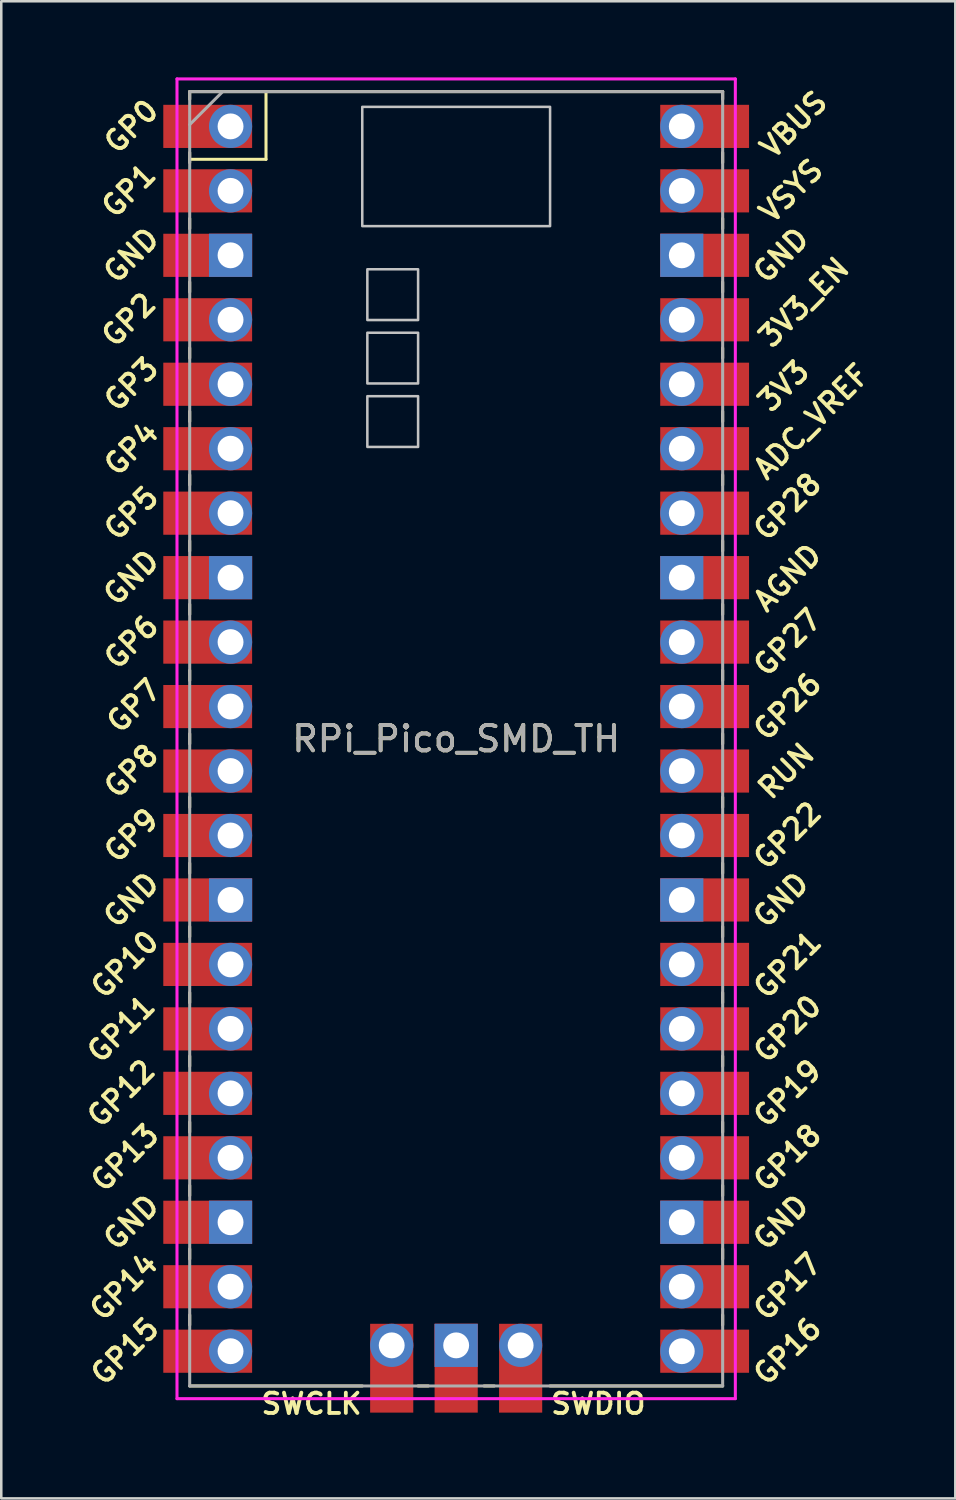
<source format=kicad_pcb>
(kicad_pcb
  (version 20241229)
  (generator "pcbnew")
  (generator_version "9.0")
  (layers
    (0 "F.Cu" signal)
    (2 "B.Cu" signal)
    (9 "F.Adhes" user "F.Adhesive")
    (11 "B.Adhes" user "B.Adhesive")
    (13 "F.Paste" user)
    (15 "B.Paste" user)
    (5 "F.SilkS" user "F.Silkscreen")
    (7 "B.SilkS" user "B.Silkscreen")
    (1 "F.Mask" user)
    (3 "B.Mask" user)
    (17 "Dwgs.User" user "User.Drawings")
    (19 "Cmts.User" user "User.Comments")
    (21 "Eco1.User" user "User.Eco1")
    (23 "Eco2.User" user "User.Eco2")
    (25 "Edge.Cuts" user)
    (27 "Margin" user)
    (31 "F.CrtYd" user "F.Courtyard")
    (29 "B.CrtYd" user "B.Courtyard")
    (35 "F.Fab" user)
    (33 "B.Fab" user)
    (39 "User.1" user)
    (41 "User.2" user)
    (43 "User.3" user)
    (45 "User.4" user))
  (footprint "RPi_Pico_SMD_TH"
    (layer "F.Cu")
    (at 14.924 26.06)
    (property "Reference" "RPi_Pico_SMD_TH" (at 0 0 0) (layer "F.SilkS") (effects (font (size 1 1) (thickness 0.15))))
    (attr through_hole)
    (fp_line (start -10.5 -25.5) (end -10.5 -25.2) (stroke (width 0.12) (type solid)) (layer "F.SilkS"))
    (fp_line (start -10.5 -25.5) (end 10.5 -25.5) (stroke (width 0.12) (type solid)) (layer "F.SilkS"))
    (fp_line (start -10.5 -23.1) (end -10.5 -22.7) (stroke (width 0.12) (type solid)) (layer "F.SilkS"))
    (fp_line (start -10.5 -22.833) (end -7.493 -22.833) (stroke (width 0.12) (type solid)) (layer "F.SilkS"))
    (fp_line (start -10.5 -20.5) (end -10.5 -20.1) (stroke (width 0.12) (type solid)) (layer "F.SilkS"))
    (fp_line (start -10.5 -18) (end -10.5 -17.6) (stroke (width 0.12) (type solid)) (layer "F.SilkS"))
    (fp_line (start -10.5 -15.4) (end -10.5 -15) (stroke (width 0.12) (type solid)) (layer "F.SilkS"))
    (fp_line (start -10.5 -12.9) (end -10.5 -12.5) (stroke (width 0.12) (type solid)) (layer "F.SilkS"))
    (fp_line (start -10.5 -10.4) (end -10.5 -10) (stroke (width 0.12) (type solid)) (layer "F.SilkS"))
    (fp_line (start -10.5 -7.8) (end -10.5 -7.4) (stroke (width 0.12) (type solid)) (layer "F.SilkS"))
    (fp_line (start -10.5 -5.3) (end -10.5 -4.9) (stroke (width 0.12) (type solid)) (layer "F.SilkS"))
    (fp_line (start -10.5 -2.7) (end -10.5 -2.3) (stroke (width 0.12) (type solid)) (layer "F.SilkS"))
    (fp_line (start -10.5 -0.2) (end -10.5 0.2) (stroke (width 0.12) (type solid)) (layer "F.SilkS"))
    (fp_line (start -10.5 2.3) (end -10.5 2.7) (stroke (width 0.12) (type solid)) (layer "F.SilkS"))
    (fp_line (start -10.5 4.9) (end -10.5 5.3) (stroke (width 0.12) (type solid)) (layer "F.SilkS"))
    (fp_line (start -10.5 7.4) (end -10.5 7.8) (stroke (width 0.12) (type solid)) (layer "F.SilkS"))
    (fp_line (start -10.5 10) (end -10.5 10.4) (stroke (width 0.12) (type solid)) (layer "F.SilkS"))
    (fp_line (start -10.5 12.5) (end -10.5 12.9) (stroke (width 0.12) (type solid)) (layer "F.SilkS"))
    (fp_line (start -10.5 15.1) (end -10.5 15.5) (stroke (width 0.12) (type solid)) (layer "F.SilkS"))
    (fp_line (start -10.5 17.6) (end -10.5 18) (stroke (width 0.12) (type solid)) (layer "F.SilkS"))
    (fp_line (start -10.5 20.1) (end -10.5 20.5) (stroke (width 0.12) (type solid)) (layer "F.SilkS"))
    (fp_line (start -10.5 22.7) (end -10.5 23.1) (stroke (width 0.12) (type solid)) (layer "F.SilkS"))
    (fp_line (start -7.493 -22.833) (end -7.493 -25.5) (stroke (width 0.12) (type solid)) (layer "F.SilkS"))
    (fp_line (start -3.7 25.5) (end -10.5 25.5) (stroke (width 0.12) (type solid)) (layer "F.SilkS"))
    (fp_line (start -1.5 25.5) (end -1.1 25.5) (stroke (width 0.12) (type solid)) (layer "F.SilkS"))
    (fp_line (start 1.1 25.5) (end 1.5 25.5) (stroke (width 0.12) (type solid)) (layer "F.SilkS"))
    (fp_line (start 10.5 -25.5) (end 10.5 -25.2) (stroke (width 0.12) (type solid)) (layer "F.SilkS"))
    (fp_line (start 10.5 -23.1) (end 10.5 -22.7) (stroke (width 0.12) (type solid)) (layer "F.SilkS"))
    (fp_line (start 10.5 -20.5) (end 10.5 -20.1) (stroke (width 0.12) (type solid)) (layer "F.SilkS"))
    (fp_line (start 10.5 -18) (end 10.5 -17.6) (stroke (width 0.12) (type solid)) (layer "F.SilkS"))
    (fp_line (start 10.5 -15.4) (end 10.5 -15) (stroke (width 0.12) (type solid)) (layer "F.SilkS"))
    (fp_line (start 10.5 -12.9) (end 10.5 -12.5) (stroke (width 0.12) (type solid)) (layer "F.SilkS"))
    (fp_line (start 10.5 -10.4) (end 10.5 -10) (stroke (width 0.12) (type solid)) (layer "F.SilkS"))
    (fp_line (start 10.5 -7.8) (end 10.5 -7.4) (stroke (width 0.12) (type solid)) (layer "F.SilkS"))
    (fp_line (start 10.5 -5.3) (end 10.5 -4.9) (stroke (width 0.12) (type solid)) (layer "F.SilkS"))
    (fp_line (start 10.5 -2.7) (end 10.5 -2.3) (stroke (width 0.12) (type solid)) (layer "F.SilkS"))
    (fp_line (start 10.5 -0.2) (end 10.5 0.2) (stroke (width 0.12) (type solid)) (layer "F.SilkS"))
    (fp_line (start 10.5 2.3) (end 10.5 2.7) (stroke (width 0.12) (type solid)) (layer "F.SilkS"))
    (fp_line (start 10.5 4.9) (end 10.5 5.3) (stroke (width 0.12) (type solid)) (layer "F.SilkS"))
    (fp_line (start 10.5 7.4) (end 10.5 7.8) (stroke (width 0.12) (type solid)) (layer "F.SilkS"))
    (fp_line (start 10.5 10) (end 10.5 10.4) (stroke (width 0.12) (type solid)) (layer "F.SilkS"))
    (fp_line (start 10.5 12.5) (end 10.5 12.9) (stroke (width 0.12) (type solid)) (layer "F.SilkS"))
    (fp_line (start 10.5 15.1) (end 10.5 15.5) (stroke (width 0.12) (type solid)) (layer "F.SilkS"))
    (fp_line (start 10.5 17.6) (end 10.5 18) (stroke (width 0.12) (type solid)) (layer "F.SilkS"))
    (fp_line (start 10.5 20.1) (end 10.5 20.5) (stroke (width 0.12) (type solid)) (layer "F.SilkS"))
    (fp_line (start 10.5 22.7) (end 10.5 23.1) (stroke (width 0.12) (type solid)) (layer "F.SilkS"))
    (fp_line (start 10.5 25.5) (end 3.7 25.5) (stroke (width 0.12) (type solid)) (layer "F.SilkS"))
    (fp_poly (pts (xy -1.5 -16.5) (xy -3.5 -16.5) (xy -3.5 -18.5) (xy -1.5 -18.5)) (stroke (width 0.1) (type solid)) (fill no) (layer "Dwgs.User"))
    (fp_poly (pts (xy -1.5 -14) (xy -3.5 -14) (xy -3.5 -16) (xy -1.5 -16)) (stroke (width 0.1) (type solid)) (fill no) (layer "Dwgs.User"))
    (fp_poly (pts (xy -1.5 -11.5) (xy -3.5 -11.5) (xy -3.5 -13.5) (xy -1.5 -13.5)) (stroke (width 0.1) (type solid)) (fill no) (layer "Dwgs.User"))
    (fp_poly (pts (xy 3.7 -20.2) (xy -3.7 -20.2) (xy -3.7 -24.9) (xy 3.7 -24.9)) (stroke (width 0.1) (type solid)) (fill no) (layer "Dwgs.User"))
    (fp_line (start -11 -26) (end 11 -26) (stroke (width 0.12) (type solid)) (layer "F.CrtYd"))
    (fp_line (start -11 26) (end -11 -26) (stroke (width 0.12) (type solid)) (layer "F.CrtYd"))
    (fp_line (start 11 -26) (end 11 26) (stroke (width 0.12) (type solid)) (layer "F.CrtYd"))
    (fp_line (start 11 26) (end -11 26) (stroke (width 0.12) (type solid)) (layer "F.CrtYd"))
    (fp_line (start -10.5 -25.5) (end 10.5 -25.5) (stroke (width 0.12) (type solid)) (layer "F.Fab"))
    (fp_line (start -10.5 -24.2) (end -9.2 -25.5) (stroke (width 0.12) (type solid)) (layer "F.Fab"))
    (fp_line (start -10.5 25.5) (end -10.5 -25.5) (stroke (width 0.12) (type solid)) (layer "F.Fab"))
    (fp_line (start 10.5 -25.5) (end 10.5 25.5) (stroke (width 0.12) (type solid)) (layer "F.Fab"))
    (fp_line (start 10.5 25.5) (end -10.5 25.5) (stroke (width 0.12) (type solid)) (layer "F.Fab"))
    (fp_text user "ADC_VREF" (at 14 -12.5 45) (layer "F.SilkS") (effects (font (size 0.8 0.8) (thickness 0.15))))
    (fp_text user "SWDIO" (at 5.6 26.2 0) (layer "F.SilkS") (effects (font (size 0.8 0.8) (thickness 0.15))))
    (fp_text user "GP11" (at -13.2 11.43 45) (layer "F.SilkS") (effects (font (size 0.8 0.8) (thickness 0.15))))
    (fp_text user "GND" (at 12.8 19.05 45) (layer "F.SilkS") (effects (font (size 0.8 0.8) (thickness 0.15))))
    (fp_text user "GP9" (at -12.8 3.81 45) (layer "F.SilkS") (effects (font (size 0.8 0.8) (thickness 0.15))))
    (fp_text user "GP0" (at -12.8 -24.13 45) (layer "F.SilkS") (effects (font (size 0.8 0.8) (thickness 0.15))))
    (fp_text user "GND" (at -12.8 -6.35 45) (layer "F.SilkS") (effects (font (size 0.8 0.8) (thickness 0.15))))
    (fp_text user "GND" (at -12.8 19.05 45) (layer "F.SilkS") (effects (font (size 0.8 0.8) (thickness 0.15))))
    (fp_text user "GP17" (at 13.054 21.59 45) (layer "F.SilkS") (effects (font (size 0.8 0.8) (thickness 0.15))))
    (fp_text user "GND" (at 12.8 6.35 45) (layer "F.SilkS") (effects (font (size 0.8 0.8) (thickness 0.15))))
    (fp_text user "GP16" (at 13.054 24.13 45) (layer "F.SilkS") (effects (font (size 0.8 0.8) (thickness 0.15))))
    (fp_text user "GP12" (at -13.2 13.97 45) (layer "F.SilkS") (effects (font (size 0.8 0.8) (thickness 0.15))))
    (fp_text user "GP4" (at -12.8 -11.43 45) (layer "F.SilkS") (effects (font (size 0.8 0.8) (thickness 0.15))))
    (fp_text user "GND" (at 12.8 -19.05 45) (layer "F.SilkS") (effects (font (size 0.8 0.8) (thickness 0.15))))
    (fp_text user "GP2" (at -12.9 -16.51 45) (layer "F.SilkS") (effects (font (size 0.8 0.8) (thickness 0.15))))
    (fp_text user "GP13" (at -13.054 16.51 45) (layer "F.SilkS") (effects (font (size 0.8 0.8) (thickness 0.15))))
    (fp_text user "VSYS" (at 13.2 -21.59 45) (layer "F.SilkS") (effects (font (size 0.8 0.8) (thickness 0.15))))
    (fp_text user "GP21" (at 13.054 8.9 45) (layer "F.SilkS") (effects (font (size 0.8 0.8) (thickness 0.15))))
    (fp_text user "3V3_EN" (at 13.7 -17.2 45) (layer "F.SilkS") (effects (font (size 0.8 0.8) (thickness 0.15))))
    (fp_text user "SWCLK" (at -5.7 26.2 0) (layer "F.SilkS") (effects (font (size 0.8 0.8) (thickness 0.15))))
    (fp_text user "GP5" (at -12.8 -8.89 45) (layer "F.SilkS") (effects (font (size 0.8 0.8) (thickness 0.15))))
    (fp_text user "GP3" (at -12.8 -13.97 45) (layer "F.SilkS") (effects (font (size 0.8 0.8) (thickness 0.15))))
    (fp_text user "GND" (at -12.8 -19.05 45) (layer "F.SilkS") (effects (font (size 0.8 0.8) (thickness 0.15))))
    (fp_text user "GP1" (at -12.9 -21.6 45) (layer "F.SilkS") (effects (font (size 0.8 0.8) (thickness 0.15))))
    (fp_text user "GND" (at -12.8 6.35 45) (layer "F.SilkS") (effects (font (size 0.8 0.8) (thickness 0.15))))
    (fp_text user "RUN" (at 13 1.27 45) (layer "F.SilkS") (effects (font (size 0.8 0.8) (thickness 0.15))))
    (fp_text user "GP14" (at -13.1 21.59 45) (layer "F.SilkS") (effects (font (size 0.8 0.8) (thickness 0.15))))
    (fp_text user "GP20" (at 13.054 11.43 45) (layer "F.SilkS") (effects (font (size 0.8 0.8) (thickness 0.15))))
    (fp_text user "GP19" (at 13.054 13.97 45) (layer "F.SilkS") (effects (font (size 0.8 0.8) (thickness 0.15))))
    (fp_text user "GP6" (at -12.8 -3.81 45) (layer "F.SilkS") (effects (font (size 0.8 0.8) (thickness 0.15))))
    (fp_text user "VBUS" (at 13.3 -24.2 45) (layer "F.SilkS") (effects (font (size 0.8 0.8) (thickness 0.15))))
    (fp_text user "3V3" (at 12.9 -13.9 45) (layer "F.SilkS") (effects (font (size 0.8 0.8) (thickness 0.15))))
    (fp_text user "GP22" (at 13.054 3.81 45) (layer "F.SilkS") (effects (font (size 0.8 0.8) (thickness 0.15))))
    (fp_text user "GP7" (at -12.7 -1.3 45) (layer "F.SilkS") (effects (font (size 0.8 0.8) (thickness 0.15))))
    (fp_text user "GP27" (at 13.054 -3.8 45) (layer "F.SilkS") (effects (font (size 0.8 0.8) (thickness 0.15))))
    (fp_text user "GP18" (at 13.054 16.51 45) (layer "F.SilkS") (effects (font (size 0.8 0.8) (thickness 0.15))))
    (fp_text user "AGND" (at 13.054 -6.35 45) (layer "F.SilkS") (effects (font (size 0.8 0.8) (thickness 0.15))))
    (fp_text user "GP15" (at -13.054 24.13 45) (layer "F.SilkS") (effects (font (size 0.8 0.8) (thickness 0.15))))
    (fp_text user "GP26" (at 13.054 -1.27 45) (layer "F.SilkS") (effects (font (size 0.8 0.8) (thickness 0.15))))
    (fp_text user "GP8" (at -12.8 1.27 45) (layer "F.SilkS") (effects (font (size 0.8 0.8) (thickness 0.15))))
    (fp_text user "GP10" (at -13.054 8.89 45) (layer "F.SilkS") (effects (font (size 0.8 0.8) (thickness 0.15))))
    (fp_text user "GP28" (at 13.054 -9.144 45) (layer "F.SilkS") (effects (font (size 0.8 0.8) (thickness 0.15))))
    (fp_text user "${REFERENCE}" (at 0 0 180) (layer "F.Fab") (effects (font (size 1 1) (thickness 0.15))))
    (pad "1" thru_hole oval (at -8.89 -24.13) (size 1.7 1.7) (drill 1.02) (layers "*.Cu" "*.Mask"))
    (pad "1" smd rect (at -8.89 -24.13) (size 3.5 1.7) (drill (offset -0.9 0)) (layers "F.Cu" "F.Mask"))
    (pad "2" thru_hole oval (at -8.89 -21.59) (size 1.7 1.7) (drill 1.02) (layers "*.Cu" "*.Mask"))
    (pad "2" smd rect (at -8.89 -21.59) (size 3.5 1.7) (drill (offset -0.9 0)) (layers "F.Cu" "F.Mask"))
    (pad "3" thru_hole rect (at -8.89 -19.05) (size 1.7 1.7) (drill 1.02) (layers "*.Cu" "*.Mask"))
    (pad "3" smd rect (at -8.89 -19.05) (size 3.5 1.7) (drill (offset -0.9 0)) (layers "F.Cu" "F.Mask"))
    (pad "4" thru_hole oval (at -8.89 -16.51) (size 1.7 1.7) (drill 1.02) (layers "*.Cu" "*.Mask"))
    (pad "4" smd rect (at -8.89 -16.51) (size 3.5 1.7) (drill (offset -0.9 0)) (layers "F.Cu" "F.Mask"))
    (pad "5" thru_hole oval (at -8.89 -13.97) (size 1.7 1.7) (drill 1.02) (layers "*.Cu" "*.Mask"))
    (pad "5" smd rect (at -8.89 -13.97) (size 3.5 1.7) (drill (offset -0.9 0)) (layers "F.Cu" "F.Mask"))
    (pad "6" thru_hole oval (at -8.89 -11.43) (size 1.7 1.7) (drill 1.02) (layers "*.Cu" "*.Mask"))
    (pad "6" smd rect (at -8.89 -11.43) (size 3.5 1.7) (drill (offset -0.9 0)) (layers "F.Cu" "F.Mask"))
    (pad "7" thru_hole oval (at -8.89 -8.89) (size 1.7 1.7) (drill 1.02) (layers "*.Cu" "*.Mask"))
    (pad "7" smd rect (at -8.89 -8.89) (size 3.5 1.7) (drill (offset -0.9 0)) (layers "F.Cu" "F.Mask"))
    (pad "8" thru_hole rect (at -8.89 -6.35) (size 1.7 1.7) (drill 1.02) (layers "*.Cu" "*.Mask"))
    (pad "8" smd rect (at -8.89 -6.35) (size 3.5 1.7) (drill (offset -0.9 0)) (layers "F.Cu" "F.Mask"))
    (pad "9" thru_hole oval (at -8.89 -3.81) (size 1.7 1.7) (drill 1.02) (layers "*.Cu" "*.Mask"))
    (pad "9" smd rect (at -8.89 -3.81) (size 3.5 1.7) (drill (offset -0.9 0)) (layers "F.Cu" "F.Mask"))
    (pad "10" thru_hole oval (at -8.89 -1.27) (size 1.7 1.7) (drill 1.02) (layers "*.Cu" "*.Mask"))
    (pad "10" smd rect (at -8.89 -1.27) (size 3.5 1.7) (drill (offset -0.9 0)) (layers "F.Cu" "F.Mask"))
    (pad "11" thru_hole oval (at -8.89 1.27) (size 1.7 1.7) (drill 1.02) (layers "*.Cu" "*.Mask"))
    (pad "11" smd rect (at -8.89 1.27) (size 3.5 1.7) (drill (offset -0.9 0)) (layers "F.Cu" "F.Mask"))
    (pad "12" thru_hole oval (at -8.89 3.81) (size 1.7 1.7) (drill 1.02) (layers "*.Cu" "*.Mask"))
    (pad "12" smd rect (at -8.89 3.81) (size 3.5 1.7) (drill (offset -0.9 0)) (layers "F.Cu" "F.Mask"))
    (pad "13" thru_hole rect (at -8.89 6.35) (size 1.7 1.7) (drill 1.02) (layers "*.Cu" "*.Mask"))
    (pad "13" smd rect (at -8.89 6.35) (size 3.5 1.7) (drill (offset -0.9 0)) (layers "F.Cu" "F.Mask"))
    (pad "14" thru_hole oval (at -8.89 8.89) (size 1.7 1.7) (drill 1.02) (layers "*.Cu" "*.Mask"))
    (pad "14" smd rect (at -8.89 8.89) (size 3.5 1.7) (drill (offset -0.9 0)) (layers "F.Cu" "F.Mask"))
    (pad "15" thru_hole oval (at -8.89 11.43) (size 1.7 1.7) (drill 1.02) (layers "*.Cu" "*.Mask"))
    (pad "15" smd rect (at -8.89 11.43) (size 3.5 1.7) (drill (offset -0.9 0)) (layers "F.Cu" "F.Mask"))
    (pad "16" thru_hole oval (at -8.89 13.97) (size 1.7 1.7) (drill 1.02) (layers "*.Cu" "*.Mask"))
    (pad "16" smd rect (at -8.89 13.97) (size 3.5 1.7) (drill (offset -0.9 0)) (layers "F.Cu" "F.Mask"))
    (pad "17" thru_hole oval (at -8.89 16.51) (size 1.7 1.7) (drill 1.02) (layers "*.Cu" "*.Mask"))
    (pad "17" smd rect (at -8.89 16.51) (size 3.5 1.7) (drill (offset -0.9 0)) (layers "F.Cu" "F.Mask"))
    (pad "18" thru_hole rect (at -8.89 19.05) (size 1.7 1.7) (drill 1.02) (layers "*.Cu" "*.Mask"))
    (pad "18" smd rect (at -8.89 19.05) (size 3.5 1.7) (drill (offset -0.9 0)) (layers "F.Cu" "F.Mask"))
    (pad "19" thru_hole oval (at -8.89 21.59) (size 1.7 1.7) (drill 1.02) (layers "*.Cu" "*.Mask"))
    (pad "19" smd rect (at -8.89 21.59) (size 3.5 1.7) (drill (offset -0.9 0)) (layers "F.Cu" "F.Mask"))
    (pad "20" thru_hole oval (at -8.89 24.13) (size 1.7 1.7) (drill 1.02) (layers "*.Cu" "*.Mask"))
    (pad "20" smd rect (at -8.89 24.13) (size 3.5 1.7) (drill (offset -0.9 0)) (layers "F.Cu" "F.Mask"))
    (pad "21" thru_hole oval (at 8.89 24.13) (size 1.7 1.7) (drill 1.02) (layers "*.Cu" "*.Mask"))
    (pad "21" smd rect (at 8.89 24.13) (size 3.5 1.7) (drill (offset 0.9 0)) (layers "F.Cu" "F.Mask"))
    (pad "22" thru_hole oval (at 8.89 21.59) (size 1.7 1.7) (drill 1.02) (layers "*.Cu" "*.Mask"))
    (pad "22" smd rect (at 8.89 21.59) (size 3.5 1.7) (drill (offset 0.9 0)) (layers "F.Cu" "F.Mask"))
    (pad "23" thru_hole rect (at 8.89 19.05) (size 1.7 1.7) (drill 1.02) (layers "*.Cu" "*.Mask"))
    (pad "23" smd rect (at 8.89 19.05) (size 3.5 1.7) (drill (offset 0.9 0)) (layers "F.Cu" "F.Mask"))
    (pad "24" thru_hole oval (at 8.89 16.51) (size 1.7 1.7) (drill 1.02) (layers "*.Cu" "*.Mask"))
    (pad "24" smd rect (at 8.89 16.51) (size 3.5 1.7) (drill (offset 0.9 0)) (layers "F.Cu" "F.Mask"))
    (pad "25" thru_hole oval (at 8.89 13.97) (size 1.7 1.7) (drill 1.02) (layers "*.Cu" "*.Mask"))
    (pad "25" smd rect (at 8.89 13.97) (size 3.5 1.7) (drill (offset 0.9 0)) (layers "F.Cu" "F.Mask"))
    (pad "26" thru_hole oval (at 8.89 11.43) (size 1.7 1.7) (drill 1.02) (layers "*.Cu" "*.Mask"))
    (pad "26" smd rect (at 8.89 11.43) (size 3.5 1.7) (drill (offset 0.9 0)) (layers "F.Cu" "F.Mask"))
    (pad "27" thru_hole oval (at 8.89 8.89) (size 1.7 1.7) (drill 1.02) (layers "*.Cu" "*.Mask"))
    (pad "27" smd rect (at 8.89 8.89) (size 3.5 1.7) (drill (offset 0.9 0)) (layers "F.Cu" "F.Mask"))
    (pad "28" thru_hole rect (at 8.89 6.35) (size 1.7 1.7) (drill 1.02) (layers "*.Cu" "*.Mask"))
    (pad "28" smd rect (at 8.89 6.35) (size 3.5 1.7) (drill (offset 0.9 0)) (layers "F.Cu" "F.Mask"))
    (pad "29" thru_hole oval (at 8.89 3.81) (size 1.7 1.7) (drill 1.02) (layers "*.Cu" "*.Mask"))
    (pad "29" smd rect (at 8.89 3.81) (size 3.5 1.7) (drill (offset 0.9 0)) (layers "F.Cu" "F.Mask"))
    (pad "30" thru_hole oval (at 8.89 1.27) (size 1.7 1.7) (drill 1.02) (layers "*.Cu" "*.Mask"))
    (pad "30" smd rect (at 8.89 1.27) (size 3.5 1.7) (drill (offset 0.9 0)) (layers "F.Cu" "F.Mask"))
    (pad "31" thru_hole oval (at 8.89 -1.27) (size 1.7 1.7) (drill 1.02) (layers "*.Cu" "*.Mask"))
    (pad "31" smd rect (at 8.89 -1.27) (size 3.5 1.7) (drill (offset 0.9 0)) (layers "F.Cu" "F.Mask"))
    (pad "32" thru_hole oval (at 8.89 -3.81) (size 1.7 1.7) (drill 1.02) (layers "*.Cu" "*.Mask"))
    (pad "32" smd rect (at 8.89 -3.81) (size 3.5 1.7) (drill (offset 0.9 0)) (layers "F.Cu" "F.Mask"))
    (pad "33" thru_hole rect (at 8.89 -6.35) (size 1.7 1.7) (drill 1.02) (layers "*.Cu" "*.Mask"))
    (pad "33" smd rect (at 8.89 -6.35) (size 3.5 1.7) (drill (offset 0.9 0)) (layers "F.Cu" "F.Mask"))
    (pad "34" thru_hole oval (at 8.89 -8.89) (size 1.7 1.7) (drill 1.02) (layers "*.Cu" "*.Mask"))
    (pad "34" smd rect (at 8.89 -8.89) (size 3.5 1.7) (drill (offset 0.9 0)) (layers "F.Cu" "F.Mask"))
    (pad "35" thru_hole oval (at 8.89 -11.43) (size 1.7 1.7) (drill 1.02) (layers "*.Cu" "*.Mask"))
    (pad "35" smd rect (at 8.89 -11.43) (size 3.5 1.7) (drill (offset 0.9 0)) (layers "F.Cu" "F.Mask"))
    (pad "36" thru_hole oval (at 8.89 -13.97) (size 1.7 1.7) (drill 1.02) (layers "*.Cu" "*.Mask"))
    (pad "36" smd rect (at 8.89 -13.97) (size 3.5 1.7) (drill (offset 0.9 0)) (layers "F.Cu" "F.Mask"))
    (pad "37" thru_hole oval (at 8.89 -16.51) (size 1.7 1.7) (drill 1.02) (layers "*.Cu" "*.Mask"))
    (pad "37" smd rect (at 8.89 -16.51) (size 3.5 1.7) (drill (offset 0.9 0)) (layers "F.Cu" "F.Mask"))
    (pad "38" thru_hole rect (at 8.89 -19.05) (size 1.7 1.7) (drill 1.02) (layers "*.Cu" "*.Mask"))
    (pad "38" smd rect (at 8.89 -19.05) (size 3.5 1.7) (drill (offset 0.9 0)) (layers "F.Cu" "F.Mask"))
    (pad "39" thru_hole oval (at 8.89 -21.59) (size 1.7 1.7) (drill 1.02) (layers "*.Cu" "*.Mask"))
    (pad "39" smd rect (at 8.89 -21.59) (size 3.5 1.7) (drill (offset 0.9 0)) (layers "F.Cu" "F.Mask"))
    (pad "40" thru_hole oval (at 8.89 -24.13) (size 1.7 1.7) (drill 1.02) (layers "*.Cu" "*.Mask"))
    (pad "40" smd rect (at 8.89 -24.13) (size 3.5 1.7) (drill (offset 0.9 0)) (layers "F.Cu" "F.Mask"))
    (pad "41" thru_hole oval (at -2.54 23.9) (size 1.7 1.7) (drill 1.02) (layers "*.Cu" "*.Mask"))
    (pad "41" smd rect (at -2.54 23.9 90) (size 3.5 1.7) (drill (offset -0.9 0)) (layers "F.Cu" "F.Mask"))
    (pad "42" thru_hole rect (at 0 23.9) (size 1.7 1.7) (drill 1.02) (layers "*.Cu" "*.Mask"))
    (pad "42" smd rect (at 0 23.9 90) (size 3.5 1.7) (drill (offset -0.9 0)) (layers "F.Cu" "F.Mask"))
    (pad "43" thru_hole oval (at 2.54 23.9) (size 1.7 1.7) (drill 1.02) (layers "*.Cu" "*.Mask"))
    (pad "43" smd rect (at 2.54 23.9 90) (size 3.5 1.7) (drill (offset -0.9 0)) (layers "F.Cu" "F.Mask"))
    (zone (net_name "") (layer "F.Cu") (hatch edge 0.508) (connect_pads) (min_thickness 0.254) (filled_areas_thickness no) (keepout (tracks not_allowed) (vias not_allowed) (pads not_allowed) (copperpour not_allowed) (footprints allowed)) (placement (enabled no)) (fill) (polygon (pts (xy 13.476 9.616) (xy 11.368 9.616) (xy 11.368 7.508) (xy 13.476 7.508))))
    (zone (net_name "") (layer "F.Cu") (hatch edge 0.508) (connect_pads) (min_thickness 0.254) (filled_areas_thickness no) (keepout (tracks not_allowed) (vias not_allowed) (pads not_allowed) (copperpour not_allowed) (footprints allowed)) (placement (enabled no)) (fill) (polygon (pts (xy 13.476 12.112) (xy 11.368 12.112) (xy 11.368 10.004) (xy 13.476 10.004))))
    (zone (net_name "") (layer "F.Cu") (hatch edge 0.508) (connect_pads) (min_thickness 0.254) (filled_areas_thickness no) (keepout (tracks not_allowed) (vias not_allowed) (pads not_allowed) (copperpour not_allowed) (footprints allowed)) (placement (enabled no)) (fill) (polygon (pts (xy 13.476 14.63) (xy 11.368 14.63) (xy 11.368 12.502) (xy 13.476 12.502))))
    (zone (net_name "") (layer "F.Cu") (hatch edge 0.508) (connect_pads) (min_thickness 0.254) (filled_areas_thickness no) (keepout (tracks not_allowed) (vias not_allowed) (pads not_allowed) (copperpour not_allowed) (footprints allowed)) (placement (enabled no)) (fill) (polygon (pts (xy 18.678 5.912) (xy 11.172 5.917) (xy 11.172 1.108) (xy 18.68 1.103)))))
  (gr_rect
    (start -3 -3)
    (end 34.591 55.991)
    (stroke (width 0.1) (type default))
    (fill no)
    (layer "Edge.Cuts")))
</source>
